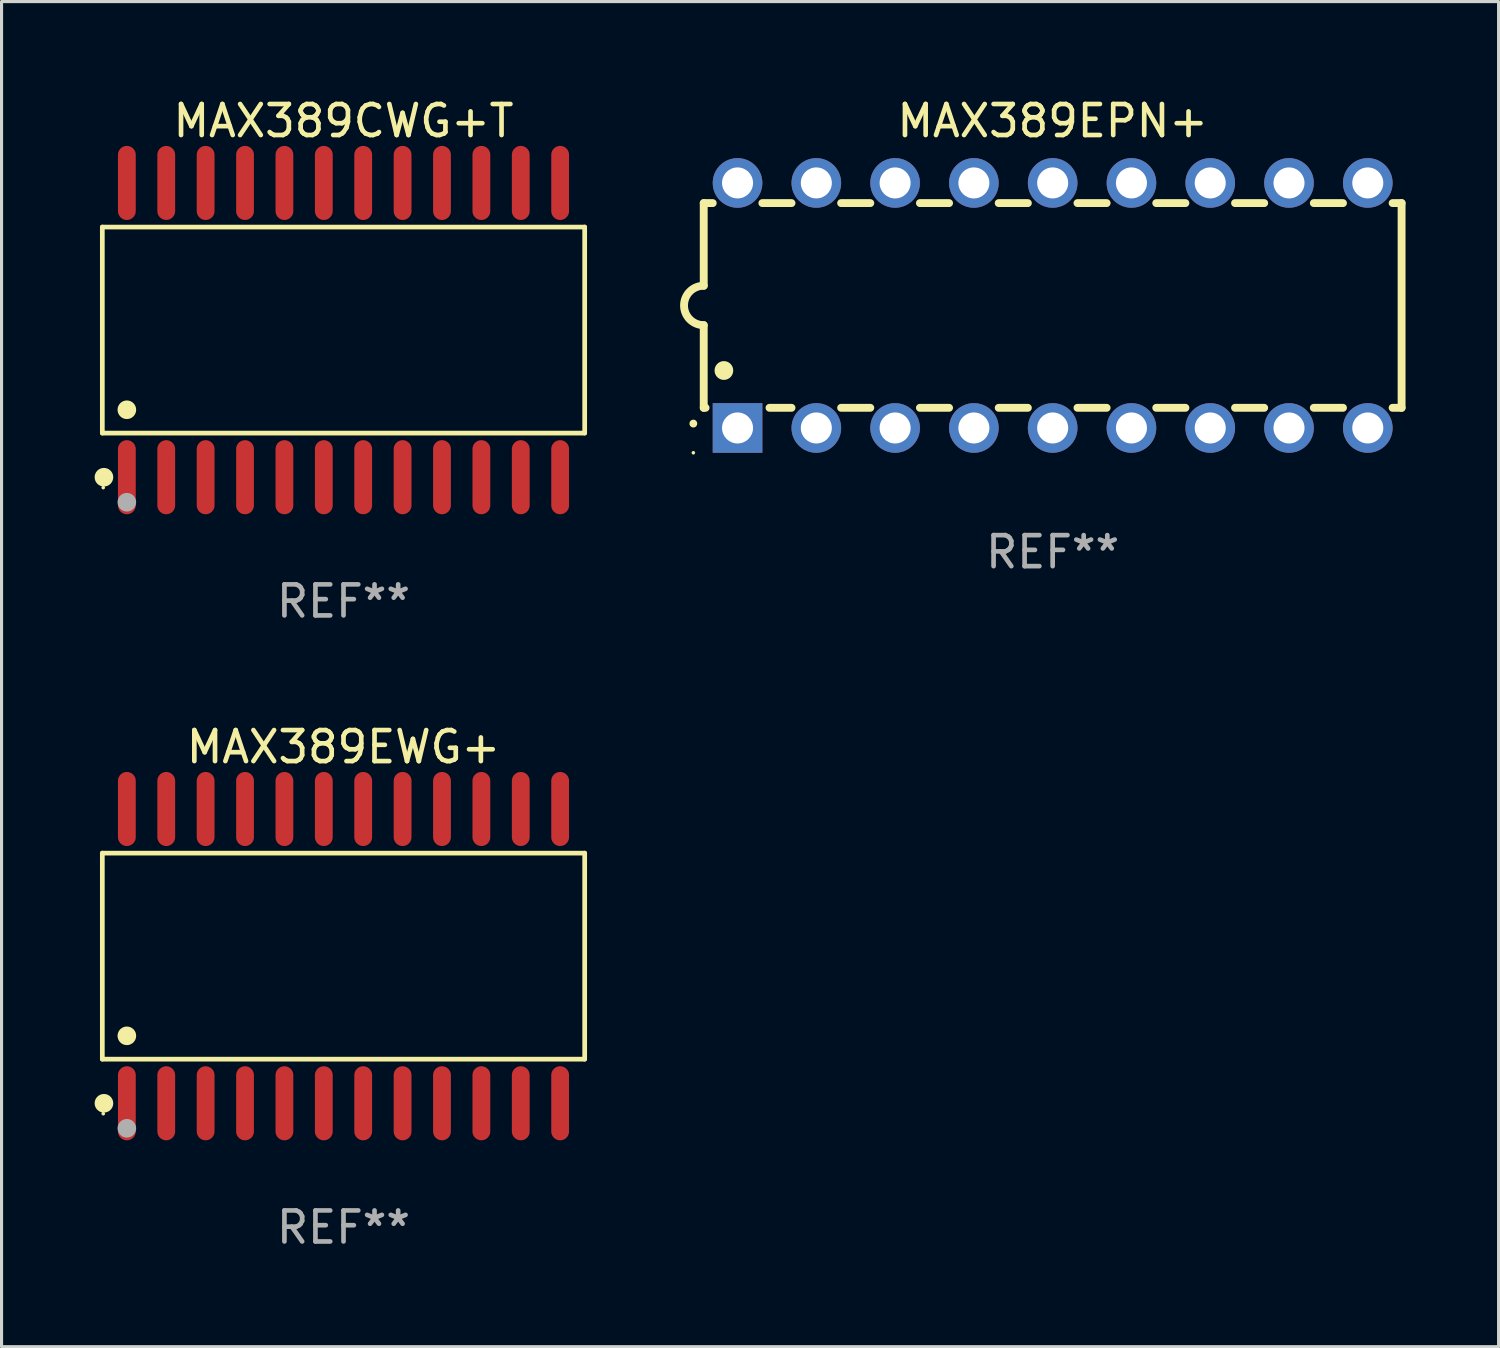
<source format=kicad_pcb>
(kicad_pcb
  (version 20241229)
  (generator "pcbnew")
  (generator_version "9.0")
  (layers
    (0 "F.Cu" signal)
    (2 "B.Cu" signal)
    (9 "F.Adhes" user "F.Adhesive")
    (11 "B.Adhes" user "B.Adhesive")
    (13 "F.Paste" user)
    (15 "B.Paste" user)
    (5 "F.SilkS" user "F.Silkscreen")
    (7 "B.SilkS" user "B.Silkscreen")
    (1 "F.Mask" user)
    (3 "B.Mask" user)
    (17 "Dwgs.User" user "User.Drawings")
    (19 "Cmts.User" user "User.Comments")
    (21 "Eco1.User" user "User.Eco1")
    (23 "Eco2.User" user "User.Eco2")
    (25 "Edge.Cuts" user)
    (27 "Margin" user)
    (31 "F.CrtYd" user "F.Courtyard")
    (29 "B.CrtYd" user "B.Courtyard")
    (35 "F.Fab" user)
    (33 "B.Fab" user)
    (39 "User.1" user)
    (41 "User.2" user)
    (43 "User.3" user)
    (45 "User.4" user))
  (footprint "MAX389CWG+T"
    (layer "F.Cu")
    (at 8.025 7.592)
    (property "Reference" "MAX389CWG+T" (at 0 -6.744 0) (layer "F.SilkS") (effects (font (size 1 1) (thickness 0.15))))
    (attr through_hole)
    (fp_line (start -7.776 -3.321) (end 7.776 -3.321) (stroke (width 0.152) (type solid)) (layer "F.SilkS"))
    (fp_line (start -7.776 3.321) (end -7.776 -3.321) (stroke (width 0.152) (type solid)) (layer "F.SilkS"))
    (fp_line (start 7.776 -3.321) (end 7.776 3.321) (stroke (width 0.152) (type solid)) (layer "F.SilkS"))
    (fp_line (start 7.776 3.321) (end -7.776 3.321) (stroke (width 0.152) (type solid)) (layer "F.SilkS"))
    (fp_circle (center -7.747 5.08) (end -7.717 5.08) (stroke (width 0.06) (type solid)) (fill no) (layer "F.SilkS"))
    (fp_circle (center -7.724 4.744) (end -7.574 4.744) (stroke (width 0.3) (type solid)) (fill no) (layer "F.SilkS"))
    (fp_circle (center -6.985 2.569) (end -6.835 2.569) (stroke (width 0.3) (type solid)) (fill no) (layer "F.SilkS"))
    (fp_circle (center -6.985 5.55) (end -6.835 5.55) (stroke (width 0.3) (type solid)) (fill no) (layer "F.Fab"))
    (fp_text user "REF**" (at 0 8.744 0) (layer "F.Fab") (effects (font (size 1 1) (thickness 0.15))))
    (pad "1" smd oval (at -6.985 4.744) (size 0.574 2.388) (layers "F.Cu" "F.Mask" "F.Paste"))
    (pad "2" smd oval (at -5.715 4.744) (size 0.574 2.388) (layers "F.Cu" "F.Mask" "F.Paste"))
    (pad "3" smd oval (at -4.445 4.744) (size 0.574 2.388) (layers "F.Cu" "F.Mask" "F.Paste"))
    (pad "4" smd oval (at -3.175 4.744) (size 0.574 2.388) (layers "F.Cu" "F.Mask" "F.Paste"))
    (pad "5" smd oval (at -1.905 4.744) (size 0.574 2.388) (layers "F.Cu" "F.Mask" "F.Paste"))
    (pad "6" smd oval (at -0.635 4.744) (size 0.574 2.388) (layers "F.Cu" "F.Mask" "F.Paste"))
    (pad "7" smd oval (at 0.635 4.744) (size 0.574 2.388) (layers "F.Cu" "F.Mask" "F.Paste"))
    (pad "8" smd oval (at 1.905 4.744) (size 0.574 2.388) (layers "F.Cu" "F.Mask" "F.Paste"))
    (pad "9" smd oval (at 3.175 4.744) (size 0.574 2.388) (layers "F.Cu" "F.Mask" "F.Paste"))
    (pad "10" smd oval (at 4.445 4.744) (size 0.574 2.388) (layers "F.Cu" "F.Mask" "F.Paste"))
    (pad "11" smd oval (at 5.715 4.744) (size 0.574 2.388) (layers "F.Cu" "F.Mask" "F.Paste"))
    (pad "12" smd oval (at 6.985 4.744) (size 0.574 2.388) (layers "F.Cu" "F.Mask" "F.Paste"))
    (pad "13" smd oval (at 6.985 -4.744) (size 0.574 2.388) (layers "F.Cu" "F.Mask" "F.Paste"))
    (pad "14" smd oval (at 5.715 -4.744) (size 0.574 2.388) (layers "F.Cu" "F.Mask" "F.Paste"))
    (pad "15" smd oval (at 4.445 -4.744) (size 0.574 2.388) (layers "F.Cu" "F.Mask" "F.Paste"))
    (pad "16" smd oval (at 3.175 -4.744) (size 0.574 2.388) (layers "F.Cu" "F.Mask" "F.Paste"))
    (pad "17" smd oval (at 1.905 -4.744) (size 0.574 2.388) (layers "F.Cu" "F.Mask" "F.Paste"))
    (pad "18" smd oval (at 0.635 -4.744) (size 0.574 2.388) (layers "F.Cu" "F.Mask" "F.Paste"))
    (pad "19" smd oval (at -0.635 -4.744) (size 0.574 2.388) (layers "F.Cu" "F.Mask" "F.Paste"))
    (pad "20" smd oval (at -1.905 -4.744) (size 0.574 2.388) (layers "F.Cu" "F.Mask" "F.Paste"))
    (pad "21" smd oval (at -3.175 -4.744) (size 0.574 2.388) (layers "F.Cu" "F.Mask" "F.Paste"))
    (pad "22" smd oval (at -4.445 -4.744) (size 0.574 2.388) (layers "F.Cu" "F.Mask" "F.Paste"))
    (pad "23" smd oval (at -5.715 -4.744) (size 0.574 2.388) (layers "F.Cu" "F.Mask" "F.Paste"))
    (pad "24" smd oval (at -6.985 -4.744) (size 0.574 2.388) (layers "F.Cu" "F.Mask" "F.Paste")))
  (footprint "MAX389EPN+"
    (layer "F.Cu")
    (at 30.889 6.798)
    (property "Reference" "MAX389EPN+" (at 0 -5.95 0) (layer "F.SilkS") (effects (font (size 1 1) (thickness 0.15))))
    (attr through_hole)
    (fp_line (start -11.25 -3.3) (end -11.25 -0.635) (stroke (width 0.254) (type solid)) (layer "F.SilkS"))
    (fp_line (start -11.25 -3.3) (end -10.96 -3.3) (stroke (width 0.254) (type solid)) (layer "F.SilkS"))
    (fp_line (start -11.25 3.3) (end -11.25 0.635) (stroke (width 0.254) (type solid)) (layer "F.SilkS"))
    (fp_line (start -11.25 3.3) (end -11.191 3.3) (stroke (width 0.254) (type solid)) (layer "F.SilkS"))
    (fp_line (start -9.36 -3.3) (end -8.42 -3.3) (stroke (width 0.254) (type solid)) (layer "F.SilkS"))
    (fp_line (start -9.129 3.3) (end -8.42 3.3) (stroke (width 0.254) (type solid)) (layer "F.SilkS"))
    (fp_line (start -6.82 -3.3) (end -5.88 -3.3) (stroke (width 0.254) (type solid)) (layer "F.SilkS"))
    (fp_line (start -6.82 3.3) (end -5.88 3.3) (stroke (width 0.254) (type solid)) (layer "F.SilkS"))
    (fp_line (start -4.28 -3.3) (end -3.34 -3.3) (stroke (width 0.254) (type solid)) (layer "F.SilkS"))
    (fp_line (start -4.28 3.3) (end -3.34 3.3) (stroke (width 0.254) (type solid)) (layer "F.SilkS"))
    (fp_line (start -1.74 -3.3) (end -0.8 -3.3) (stroke (width 0.254) (type solid)) (layer "F.SilkS"))
    (fp_line (start -1.74 3.3) (end -0.8 3.3) (stroke (width 0.254) (type solid)) (layer "F.SilkS"))
    (fp_line (start 0.8 -3.3) (end 1.74 -3.3) (stroke (width 0.254) (type solid)) (layer "F.SilkS"))
    (fp_line (start 0.8 3.3) (end 1.74 3.3) (stroke (width 0.254) (type solid)) (layer "F.SilkS"))
    (fp_line (start 3.34 -3.3) (end 4.28 -3.3) (stroke (width 0.254) (type solid)) (layer "F.SilkS"))
    (fp_line (start 3.34 3.3) (end 4.28 3.3) (stroke (width 0.254) (type solid)) (layer "F.SilkS"))
    (fp_line (start 5.88 -3.3) (end 6.82 -3.3) (stroke (width 0.254) (type solid)) (layer "F.SilkS"))
    (fp_line (start 5.88 3.3) (end 6.82 3.3) (stroke (width 0.254) (type solid)) (layer "F.SilkS"))
    (fp_line (start 8.42 -3.3) (end 9.36 -3.3) (stroke (width 0.254) (type solid)) (layer "F.SilkS"))
    (fp_line (start 8.42 3.3) (end 9.36 3.3) (stroke (width 0.254) (type solid)) (layer "F.SilkS"))
    (fp_line (start 10.96 -3.3) (end 11.25 -3.3) (stroke (width 0.254) (type solid)) (layer "F.SilkS"))
    (fp_line (start 10.96 3.3) (end 11.25 3.3) (stroke (width 0.254) (type solid)) (layer "F.SilkS"))
    (fp_line (start 11.25 -3.3) (end 11.25 3.3) (stroke (width 0.254) (type solid)) (layer "F.SilkS"))
    (fp_arc (start -11.584963 3.810008) (mid -11.58497 3.808738) (end -11.584963 3.807468) (stroke (width 0.25) (type solid)) (layer "F.SilkS"))
    (fp_arc (start -11.250013 0.635001) (mid -11.884684 -0.000165) (end -11.249683 -0.635001) (stroke (width 0.254001) (type solid)) (layer "F.SilkS"))
    (fp_arc (start -10.600025 2.1) (mid -10.600036 2.09746) (end -10.600025 2.09492) (stroke (width 0.6) (type solid)) (layer "F.SilkS"))
    (fp_circle (center -11.585 4.75) (end -11.555 4.75) (stroke (width 0.06) (type solid)) (fill no) (layer "F.SilkS"))
    (fp_text user "REF**" (at 0 7.95 0) (layer "F.Fab") (effects (font (size 1 1) (thickness 0.15))))
    (pad "1" thru_hole rect (at -10.16 3.95 90) (size 1.6 1.6) (drill 1) (layers "*.Cu" "*.Mask"))
    (pad "2" thru_hole circle (at -7.62 3.95 90) (size 1.6 1.6) (drill 1) (layers "*.Cu" "*.Mask"))
    (pad "3" thru_hole circle (at -5.08 3.95 90) (size 1.6 1.6) (drill 1) (layers "*.Cu" "*.Mask"))
    (pad "4" thru_hole circle (at -2.54 3.95 90) (size 1.6 1.6) (drill 1) (layers "*.Cu" "*.Mask"))
    (pad "5" thru_hole circle (at 0 3.95 90) (size 1.6 1.6) (drill 1) (layers "*.Cu" "*.Mask"))
    (pad "6" thru_hole circle (at 2.54 3.95 90) (size 1.6 1.6) (drill 1) (layers "*.Cu" "*.Mask"))
    (pad "7" thru_hole circle (at 5.08 3.95 90) (size 1.6 1.6) (drill 1) (layers "*.Cu" "*.Mask"))
    (pad "8" thru_hole circle (at 7.62 3.95 90) (size 1.6 1.6) (drill 1) (layers "*.Cu" "*.Mask"))
    (pad "9" thru_hole circle (at 10.16 3.95 90) (size 1.6 1.6) (drill 1) (layers "*.Cu" "*.Mask"))
    (pad "10" thru_hole circle (at 10.16 -3.95 90) (size 1.6 1.6) (drill 1) (layers "*.Cu" "*.Mask"))
    (pad "11" thru_hole circle (at 7.62 -3.95 90) (size 1.6 1.6) (drill 1) (layers "*.Cu" "*.Mask"))
    (pad "12" thru_hole circle (at 5.08 -3.95 90) (size 1.6 1.6) (drill 1) (layers "*.Cu" "*.Mask"))
    (pad "13" thru_hole circle (at 2.54 -3.95 90) (size 1.6 1.6) (drill 1) (layers "*.Cu" "*.Mask"))
    (pad "14" thru_hole circle (at 0 -3.95 90) (size 1.6 1.6) (drill 1) (layers "*.Cu" "*.Mask"))
    (pad "15" thru_hole circle (at -2.54 -3.95 90) (size 1.6 1.6) (drill 1) (layers "*.Cu" "*.Mask"))
    (pad "16" thru_hole circle (at -5.08 -3.95 90) (size 1.6 1.6) (drill 1) (layers "*.Cu" "*.Mask"))
    (pad "17" thru_hole circle (at -7.62 -3.95 90) (size 1.6 1.6) (drill 1) (layers "*.Cu" "*.Mask"))
    (pad "18" thru_hole circle (at -10.16 -3.95 90) (size 1.6 1.6) (drill 1) (layers "*.Cu" "*.Mask")))
  (footprint "MAX389EWG+"
    (layer "F.Cu")
    (at 8.025 27.777)
    (property "Reference" "MAX389EWG+" (at 0 -6.744 0) (layer "F.SilkS") (effects (font (size 1 1) (thickness 0.15))))
    (attr through_hole)
    (fp_line (start -7.776 -3.321) (end 7.776 -3.321) (stroke (width 0.152) (type solid)) (layer "F.SilkS"))
    (fp_line (start -7.776 3.321) (end -7.776 -3.321) (stroke (width 0.152) (type solid)) (layer "F.SilkS"))
    (fp_line (start 7.776 -3.321) (end 7.776 3.321) (stroke (width 0.152) (type solid)) (layer "F.SilkS"))
    (fp_line (start 7.776 3.321) (end -7.776 3.321) (stroke (width 0.152) (type solid)) (layer "F.SilkS"))
    (fp_circle (center -7.747 5.08) (end -7.717 5.08) (stroke (width 0.06) (type solid)) (fill no) (layer "F.SilkS"))
    (fp_circle (center -7.724 4.744) (end -7.574 4.744) (stroke (width 0.3) (type solid)) (fill no) (layer "F.SilkS"))
    (fp_circle (center -6.985 2.569) (end -6.835 2.569) (stroke (width 0.3) (type solid)) (fill no) (layer "F.SilkS"))
    (fp_circle (center -6.985 5.55) (end -6.835 5.55) (stroke (width 0.3) (type solid)) (fill no) (layer "F.Fab"))
    (fp_text user "REF**" (at 0 8.744 0) (layer "F.Fab") (effects (font (size 1 1) (thickness 0.15))))
    (pad "1" smd oval (at -6.985 4.744) (size 0.574 2.388) (layers "F.Cu" "F.Mask" "F.Paste"))
    (pad "2" smd oval (at -5.715 4.744) (size 0.574 2.388) (layers "F.Cu" "F.Mask" "F.Paste"))
    (pad "3" smd oval (at -4.445 4.744) (size 0.574 2.388) (layers "F.Cu" "F.Mask" "F.Paste"))
    (pad "4" smd oval (at -3.175 4.744) (size 0.574 2.388) (layers "F.Cu" "F.Mask" "F.Paste"))
    (pad "5" smd oval (at -1.905 4.744) (size 0.574 2.388) (layers "F.Cu" "F.Mask" "F.Paste"))
    (pad "6" smd oval (at -0.635 4.744) (size 0.574 2.388) (layers "F.Cu" "F.Mask" "F.Paste"))
    (pad "7" smd oval (at 0.635 4.744) (size 0.574 2.388) (layers "F.Cu" "F.Mask" "F.Paste"))
    (pad "8" smd oval (at 1.905 4.744) (size 0.574 2.388) (layers "F.Cu" "F.Mask" "F.Paste"))
    (pad "9" smd oval (at 3.175 4.744) (size 0.574 2.388) (layers "F.Cu" "F.Mask" "F.Paste"))
    (pad "10" smd oval (at 4.445 4.744) (size 0.574 2.388) (layers "F.Cu" "F.Mask" "F.Paste"))
    (pad "11" smd oval (at 5.715 4.744) (size 0.574 2.388) (layers "F.Cu" "F.Mask" "F.Paste"))
    (pad "12" smd oval (at 6.985 4.744) (size 0.574 2.388) (layers "F.Cu" "F.Mask" "F.Paste"))
    (pad "13" smd oval (at 6.985 -4.744) (size 0.574 2.388) (layers "F.Cu" "F.Mask" "F.Paste"))
    (pad "14" smd oval (at 5.715 -4.744) (size 0.574 2.388) (layers "F.Cu" "F.Mask" "F.Paste"))
    (pad "15" smd oval (at 4.445 -4.744) (size 0.574 2.388) (layers "F.Cu" "F.Mask" "F.Paste"))
    (pad "16" smd oval (at 3.175 -4.744) (size 0.574 2.388) (layers "F.Cu" "F.Mask" "F.Paste"))
    (pad "17" smd oval (at 1.905 -4.744) (size 0.574 2.388) (layers "F.Cu" "F.Mask" "F.Paste"))
    (pad "18" smd oval (at 0.635 -4.744) (size 0.574 2.388) (layers "F.Cu" "F.Mask" "F.Paste"))
    (pad "19" smd oval (at -0.635 -4.744) (size 0.574 2.388) (layers "F.Cu" "F.Mask" "F.Paste"))
    (pad "20" smd oval (at -1.905 -4.744) (size 0.574 2.388) (layers "F.Cu" "F.Mask" "F.Paste"))
    (pad "21" smd oval (at -3.175 -4.744) (size 0.574 2.388) (layers "F.Cu" "F.Mask" "F.Paste"))
    (pad "22" smd oval (at -4.445 -4.744) (size 0.574 2.388) (layers "F.Cu" "F.Mask" "F.Paste"))
    (pad "23" smd oval (at -5.715 -4.744) (size 0.574 2.388) (layers "F.Cu" "F.Mask" "F.Paste"))
    (pad "24" smd oval (at -6.985 -4.744) (size 0.574 2.388) (layers "F.Cu" "F.Mask" "F.Paste")))
  (gr_rect
    (start -3 -3)
    (end 45.266 40.369)
    (stroke (width 0.1) (type default))
    (fill no)
    (layer "Edge.Cuts")))
</source>
